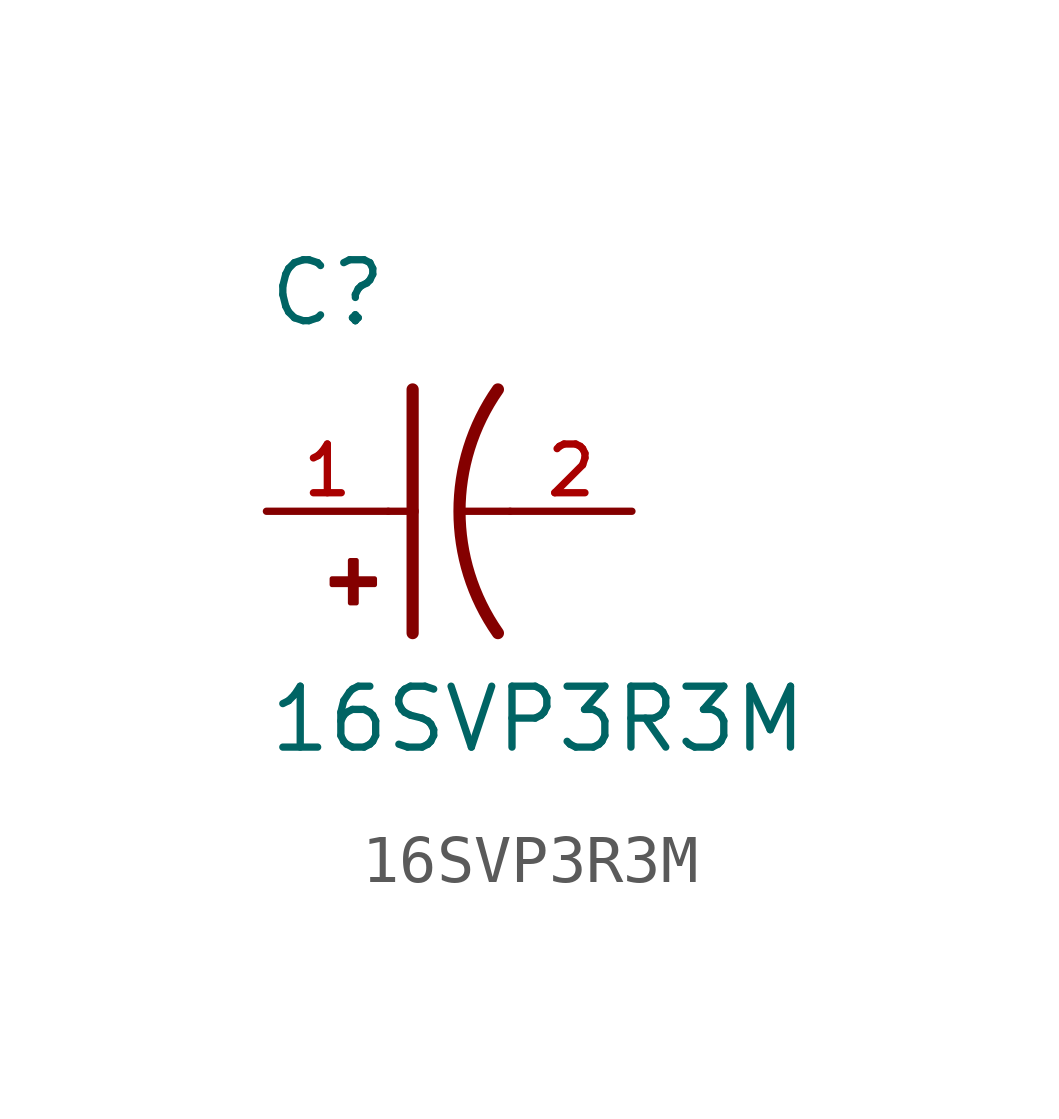
<source format=kicad_sym>
(kicad_symbol_lib
  (version 20211014)
  (generator kicad_symbol_editor)
  (symbol "16SVP3R3M"
    (pin_names
      (offset 1.016))
    (property "Reference" "C"
      (at -2.54 3.81 0)
      (effects (font (size 1.27 1.27)) (justify bottom left)))
    (property "Value" "16SVP3R3M"
      (at -2.54 -5.08 0)
      (effects (font (size 1.27 1.27)) (justify bottom left)))
    (symbol "16SVP3R3M_0_0"
      (arc (start 2.286 -2.54) (mid 1.4851 -0.0) (end 2.286 2.54) (stroke (width 0.254) (type default) (color 0 0 0 0)) (fill (type none)))
      (polyline (pts (xy 0.508 2.54) (xy 0.508 0.0)) (stroke (width 0.254)))
      (rectangle (start -1.173 -1.532) (end -0.284 -1.405) (stroke (width 0.1)) (fill (type outline)))
      (rectangle (start -0.792 -1.913) (end -0.665 -1.024) (stroke (width 0.1)) (fill (type outline)))
      (polyline (pts (xy 0.508 0.0) (xy 0.508 -2.54)) (stroke (width 0.254)))
      (polyline (pts (xy 0.0 0.0) (xy 0.508 0.0)) (stroke (width 0.152)))
      (polyline (pts (xy 2.54 0.0) (xy 1.524 0.0)) (stroke (width 0.152)))
      (pin passive line (at -2.54 0.0 0) (length 2.54) (name "~" (effects (font (size 1.016 1.016)))) (number "1" (effects (font (size 1.016 1.016)))))
      (pin passive line (at 5.08 0.0 180.0) (length 2.54) (name "~" (effects (font (size 1.016 1.016)))) (number "2" (effects (font (size 1.016 1.016))))))))
</source>
